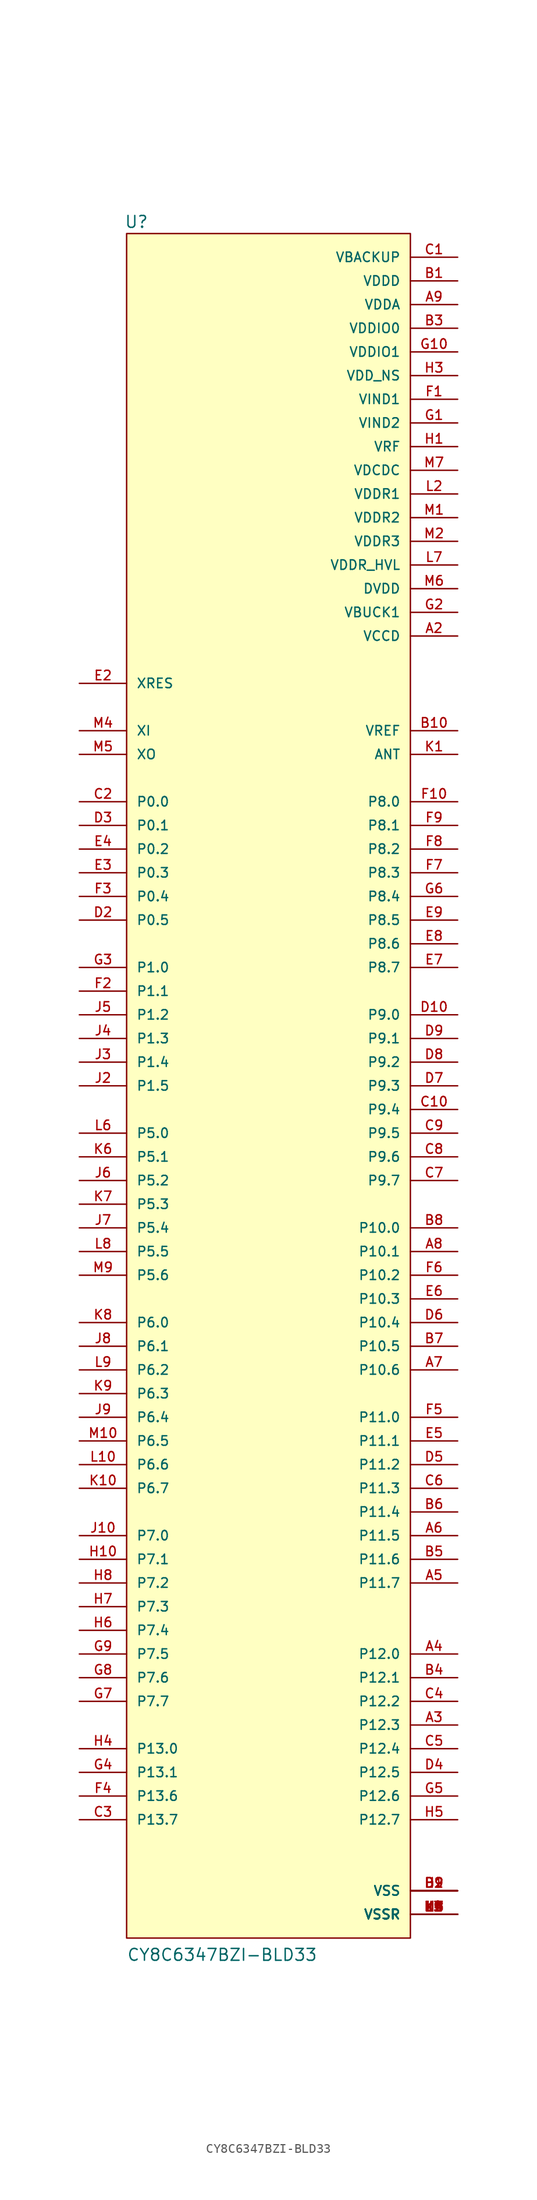
<source format=kicad_sym>
(kicad_symbol_lib
  (version 20211014)
  (generator kicad_symbol_editor)
  (symbol "CY8C6347BZI-BLD33"
    (pin_names
      (offset 1.016))
    (property "Reference" "U"
      (at -15.494 91.948 0)
      (effects (font (size 1.27 1.27)) (justify bottom left)))
    (property "Value" "CY8C6347BZI-BLD33"
      (at -15.24 -93.98 0)
      (effects (font (size 1.27 1.27)) (justify bottom left)))
    (symbol "CY8C6347BZI-BLD33_0_0"
      (rectangle (start -15.24 -91.44) (end 15.24 91.44) (stroke (width 0.152)) (fill (type background)))
      (pin power_in line (at 20.32 48.26 180.0) (length 5.08) (name "VCCD" (effects (font (size 1.016 1.016)))) (number "A2" (effects (font (size 1.016 1.016)))))
      (pin power_in line (at 20.32 86.36 180.0) (length 5.08) (name "VDDD" (effects (font (size 1.016 1.016)))) (number "B1" (effects (font (size 1.016 1.016)))))
      (pin power_in line (at 20.32 88.9 180.0) (length 5.08) (name "VBACKUP" (effects (font (size 1.016 1.016)))) (number "C1" (effects (font (size 1.016 1.016)))))
      (pin bidirectional line (at -20.32 30.48 0) (length 5.08) (name "P0.0" (effects (font (size 1.016 1.016)))) (number "C2" (effects (font (size 1.016 1.016)))))
      (pin input line (at -20.32 43.18 0) (length 5.08) (name "XRES" (effects (font (size 1.016 1.016)))) (number "E2" (effects (font (size 1.016 1.016)))))
      (pin bidirectional line (at -20.32 12.7 0) (length 5.08) (name "P1.0" (effects (font (size 1.016 1.016)))) (number "G3" (effects (font (size 1.016 1.016)))))
      (pin power_in line (at 20.32 73.66 180.0) (length 5.08) (name "VIND1" (effects (font (size 1.016 1.016)))) (number "F1" (effects (font (size 1.016 1.016)))))
      (pin power_in line (at 20.32 76.2 180.0) (length 5.08) (name "VDD_NS" (effects (font (size 1.016 1.016)))) (number "H3" (effects (font (size 1.016 1.016)))))
      (pin power_in line (at 20.32 71.12 180.0) (length 5.08) (name "VIND2" (effects (font (size 1.016 1.016)))) (number "G1" (effects (font (size 1.016 1.016)))))
      (pin power_in line (at 20.32 50.8 180.0) (length 5.08) (name "VBUCK1" (effects (font (size 1.016 1.016)))) (number "G2" (effects (font (size 1.016 1.016)))))
      (pin power_in line (at 20.32 68.58 180.0) (length 5.08) (name "VRF" (effects (font (size 1.016 1.016)))) (number "H1" (effects (font (size 1.016 1.016)))))
      (pin power_in line (at 20.32 63.5 180.0) (length 5.08) (name "VDDR1" (effects (font (size 1.016 1.016)))) (number "L2" (effects (font (size 1.016 1.016)))))
      (pin power_in line (at 20.32 -88.9 180.0) (length 5.08) (name "VSSR" (effects (font (size 1.016 1.016)))) (number "J1" (effects (font (size 1.016 1.016)))))
      (pin power_in line (at 20.32 -88.9 180.0) (length 5.08) (name "VSSR" (effects (font (size 1.016 1.016)))) (number "K2" (effects (font (size 1.016 1.016)))))
      (pin power_in line (at 20.32 -88.9 180.0) (length 5.08) (name "VSSR" (effects (font (size 1.016 1.016)))) (number "K3" (effects (font (size 1.016 1.016)))))
      (pin power_in line (at 20.32 -88.9 180.0) (length 5.08) (name "VSSR" (effects (font (size 1.016 1.016)))) (number "K4" (effects (font (size 1.016 1.016)))))
      (pin power_in line (at 20.32 -88.9 180.0) (length 5.08) (name "VSSR" (effects (font (size 1.016 1.016)))) (number "K5" (effects (font (size 1.016 1.016)))))
      (pin power_in line (at 20.32 -88.9 180.0) (length 5.08) (name "VSSR" (effects (font (size 1.016 1.016)))) (number "L1" (effects (font (size 1.016 1.016)))))
      (pin power_in line (at 20.32 -88.9 180.0) (length 5.08) (name "VSSR" (effects (font (size 1.016 1.016)))) (number "L3" (effects (font (size 1.016 1.016)))))
      (pin power_in line (at 20.32 -88.9 180.0) (length 5.08) (name "VSSR" (effects (font (size 1.016 1.016)))) (number "L4" (effects (font (size 1.016 1.016)))))
      (pin power_in line (at 20.32 -88.9 180.0) (length 5.08) (name "VSSR" (effects (font (size 1.016 1.016)))) (number "L5" (effects (font (size 1.016 1.016)))))
      (pin power_in line (at 20.32 -88.9 180.0) (length 5.08) (name "VSSR" (effects (font (size 1.016 1.016)))) (number "M3" (effects (font (size 1.016 1.016)))))
      (pin power_in line (at 20.32 -88.9 180.0) (length 5.08) (name "VSSR" (effects (font (size 1.016 1.016)))) (number "M8" (effects (font (size 1.016 1.016)))))
      (pin bidirectional line (at 20.32 35.56 180.0) (length 5.08) (name "ANT" (effects (font (size 1.016 1.016)))) (number "K1" (effects (font (size 1.016 1.016)))))
      (pin bidirectional line (at -20.32 -27.94 0) (length 5.08) (name "P6.1" (effects (font (size 1.016 1.016)))) (number "J8" (effects (font (size 1.016 1.016)))))
      (pin power_in line (at 20.32 60.96 180.0) (length 5.08) (name "VDDR2" (effects (font (size 1.016 1.016)))) (number "M1" (effects (font (size 1.016 1.016)))))
      (pin power_in line (at 20.32 58.42 180.0) (length 5.08) (name "VDDR3" (effects (font (size 1.016 1.016)))) (number "M2" (effects (font (size 1.016 1.016)))))
      (pin input line (at -20.32 38.1 0) (length 5.08) (name "XI" (effects (font (size 1.016 1.016)))) (number "M4" (effects (font (size 1.016 1.016)))))
      (pin output line (at -20.32 35.56 0) (length 5.08) (name "XO" (effects (font (size 1.016 1.016)))) (number "M5" (effects (font (size 1.016 1.016)))))
      (pin power_in line (at 20.32 53.34 180.0) (length 5.08) (name "DVDD" (effects (font (size 1.016 1.016)))) (number "M6" (effects (font (size 1.016 1.016)))))
      (pin power_in line (at 20.32 66.04 180.0) (length 5.08) (name "VDCDC" (effects (font (size 1.016 1.016)))) (number "M7" (effects (font (size 1.016 1.016)))))
      (pin bidirectional line (at -20.32 -5.08 0) (length 5.08) (name "P5.0" (effects (font (size 1.016 1.016)))) (number "L6" (effects (font (size 1.016 1.016)))))
      (pin power_in line (at 20.32 55.88 180.0) (length 5.08) (name "VDDR_HVL" (effects (font (size 1.016 1.016)))) (number "L7" (effects (font (size 1.016 1.016)))))
      (pin bidirectional line (at -20.32 -25.4 0) (length 5.08) (name "P6.0" (effects (font (size 1.016 1.016)))) (number "K8" (effects (font (size 1.016 1.016)))))
      (pin bidirectional line (at 20.32 -17.78 180.0) (length 5.08) (name "P10.1" (effects (font (size 1.016 1.016)))) (number "A8" (effects (font (size 1.016 1.016)))))
      (pin bidirectional line (at -20.32 -48.26 0) (length 5.08) (name "P7.0" (effects (font (size 1.016 1.016)))) (number "J10" (effects (font (size 1.016 1.016)))))
      (pin power_in line (at 20.32 78.74 180.0) (length 5.08) (name "VDDIO1" (effects (font (size 1.016 1.016)))) (number "G10" (effects (font (size 1.016 1.016)))))
      (pin bidirectional line (at 20.32 30.48 180.0) (length 5.08) (name "P8.0" (effects (font (size 1.016 1.016)))) (number "F10" (effects (font (size 1.016 1.016)))))
      (pin power_in line (at 20.32 83.82 180.0) (length 5.08) (name "VDDA" (effects (font (size 1.016 1.016)))) (number "A9" (effects (font (size 1.016 1.016)))))
      (pin bidirectional line (at 20.32 7.62 180.0) (length 5.08) (name "P9.0" (effects (font (size 1.016 1.016)))) (number "D10" (effects (font (size 1.016 1.016)))))
      (pin bidirectional line (at 20.32 -35.56 180.0) (length 5.08) (name "P11.0" (effects (font (size 1.016 1.016)))) (number "F5" (effects (font (size 1.016 1.016)))))
      (pin bidirectional line (at 20.32 38.1 180.0) (length 5.08) (name "VREF" (effects (font (size 1.016 1.016)))) (number "B10" (effects (font (size 1.016 1.016)))))
      (pin bidirectional line (at 20.32 -15.24 180.0) (length 5.08) (name "P10.0" (effects (font (size 1.016 1.016)))) (number "B8" (effects (font (size 1.016 1.016)))))
      (pin power_in line (at 20.32 81.28 180.0) (length 5.08) (name "VDDIO0" (effects (font (size 1.016 1.016)))) (number "B3" (effects (font (size 1.016 1.016)))))
      (pin power_in line (at 20.32 -86.36 180.0) (length 5.08) (name "VSS" (effects (font (size 1.016 1.016)))) (number "B2" (effects (font (size 1.016 1.016)))))
      (pin power_in line (at 20.32 -86.36 180.0) (length 5.08) (name "VSS" (effects (font (size 1.016 1.016)))) (number "B9" (effects (font (size 1.016 1.016)))))
      (pin power_in line (at 20.32 -86.36 180.0) (length 5.08) (name "VSS" (effects (font (size 1.016 1.016)))) (number "D1" (effects (font (size 1.016 1.016)))))
      (pin power_in line (at 20.32 -86.36 180.0) (length 5.08) (name "VSS" (effects (font (size 1.016 1.016)))) (number "H2" (effects (font (size 1.016 1.016)))))
      (pin power_in line (at 20.32 -86.36 180.0) (length 5.08) (name "VSS" (effects (font (size 1.016 1.016)))) (number "H9" (effects (font (size 1.016 1.016)))))
      (pin bidirectional line (at 20.32 -60.96 180.0) (length 5.08) (name "P12.0" (effects (font (size 1.016 1.016)))) (number "A4" (effects (font (size 1.016 1.016)))))
      (pin bidirectional line (at -20.32 -71.12 0) (length 5.08) (name "P13.0" (effects (font (size 1.016 1.016)))) (number "H4" (effects (font (size 1.016 1.016)))))
      (pin bidirectional line (at -20.32 27.94 0) (length 5.08) (name "P0.1" (effects (font (size 1.016 1.016)))) (number "D3" (effects (font (size 1.016 1.016)))))
      (pin bidirectional line (at -20.32 25.4 0) (length 5.08) (name "P0.2" (effects (font (size 1.016 1.016)))) (number "E4" (effects (font (size 1.016 1.016)))))
      (pin bidirectional line (at -20.32 22.86 0) (length 5.08) (name "P0.3" (effects (font (size 1.016 1.016)))) (number "E3" (effects (font (size 1.016 1.016)))))
      (pin bidirectional line (at -20.32 20.32 0) (length 5.08) (name "P0.4" (effects (font (size 1.016 1.016)))) (number "F3" (effects (font (size 1.016 1.016)))))
      (pin bidirectional line (at -20.32 17.78 0) (length 5.08) (name "P0.5" (effects (font (size 1.016 1.016)))) (number "D2" (effects (font (size 1.016 1.016)))))
      (pin bidirectional line (at -20.32 10.16 0) (length 5.08) (name "P1.1" (effects (font (size 1.016 1.016)))) (number "F2" (effects (font (size 1.016 1.016)))))
      (pin bidirectional line (at -20.32 7.62 0) (length 5.08) (name "P1.2" (effects (font (size 1.016 1.016)))) (number "J5" (effects (font (size 1.016 1.016)))))
      (pin bidirectional line (at -20.32 5.08 0) (length 5.08) (name "P1.3" (effects (font (size 1.016 1.016)))) (number "J4" (effects (font (size 1.016 1.016)))))
      (pin bidirectional line (at -20.32 2.54 0) (length 5.08) (name "P1.4" (effects (font (size 1.016 1.016)))) (number "J3" (effects (font (size 1.016 1.016)))))
      (pin bidirectional line (at -20.32 0.0 0) (length 5.08) (name "P1.5" (effects (font (size 1.016 1.016)))) (number "J2" (effects (font (size 1.016 1.016)))))
      (pin bidirectional line (at -20.32 -30.48 0) (length 5.08) (name "P6.2" (effects (font (size 1.016 1.016)))) (number "L9" (effects (font (size 1.016 1.016)))))
      (pin bidirectional line (at -20.32 -33.02 0) (length 5.08) (name "P6.3" (effects (font (size 1.016 1.016)))) (number "K9" (effects (font (size 1.016 1.016)))))
      (pin bidirectional line (at -20.32 -35.56 0) (length 5.08) (name "P6.4" (effects (font (size 1.016 1.016)))) (number "J9" (effects (font (size 1.016 1.016)))))
      (pin bidirectional line (at -20.32 -38.1 0) (length 5.08) (name "P6.5" (effects (font (size 1.016 1.016)))) (number "M10" (effects (font (size 1.016 1.016)))))
      (pin bidirectional line (at -20.32 -40.64 0) (length 5.08) (name "P6.6" (effects (font (size 1.016 1.016)))) (number "L10" (effects (font (size 1.016 1.016)))))
      (pin bidirectional line (at -20.32 -43.18 0) (length 5.08) (name "P6.7" (effects (font (size 1.016 1.016)))) (number "K10" (effects (font (size 1.016 1.016)))))
      (pin bidirectional line (at -20.32 -7.62 0) (length 5.08) (name "P5.1" (effects (font (size 1.016 1.016)))) (number "K6" (effects (font (size 1.016 1.016)))))
      (pin bidirectional line (at -20.32 -10.16 0) (length 5.08) (name "P5.2" (effects (font (size 1.016 1.016)))) (number "J6" (effects (font (size 1.016 1.016)))))
      (pin bidirectional line (at -20.32 -12.7 0) (length 5.08) (name "P5.3" (effects (font (size 1.016 1.016)))) (number "K7" (effects (font (size 1.016 1.016)))))
      (pin bidirectional line (at -20.32 -15.24 0) (length 5.08) (name "P5.4" (effects (font (size 1.016 1.016)))) (number "J7" (effects (font (size 1.016 1.016)))))
      (pin bidirectional line (at -20.32 -17.78 0) (length 5.08) (name "P5.5" (effects (font (size 1.016 1.016)))) (number "L8" (effects (font (size 1.016 1.016)))))
      (pin bidirectional line (at -20.32 -20.32 0) (length 5.08) (name "P5.6" (effects (font (size 1.016 1.016)))) (number "M9" (effects (font (size 1.016 1.016)))))
      (pin bidirectional line (at 20.32 -20.32 180.0) (length 5.08) (name "P10.2" (effects (font (size 1.016 1.016)))) (number "F6" (effects (font (size 1.016 1.016)))))
      (pin bidirectional line (at 20.32 -22.86 180.0) (length 5.08) (name "P10.3" (effects (font (size 1.016 1.016)))) (number "E6" (effects (font (size 1.016 1.016)))))
      (pin bidirectional line (at 20.32 -25.4 180.0) (length 5.08) (name "P10.4" (effects (font (size 1.016 1.016)))) (number "D6" (effects (font (size 1.016 1.016)))))
      (pin bidirectional line (at 20.32 -27.94 180.0) (length 5.08) (name "P10.5" (effects (font (size 1.016 1.016)))) (number "B7" (effects (font (size 1.016 1.016)))))
      (pin bidirectional line (at 20.32 -30.48 180.0) (length 5.08) (name "P10.6" (effects (font (size 1.016 1.016)))) (number "A7" (effects (font (size 1.016 1.016)))))
      (pin bidirectional line (at -20.32 -50.8 0) (length 5.08) (name "P7.1" (effects (font (size 1.016 1.016)))) (number "H10" (effects (font (size 1.016 1.016)))))
      (pin bidirectional line (at -20.32 -53.34 0) (length 5.08) (name "P7.2" (effects (font (size 1.016 1.016)))) (number "H8" (effects (font (size 1.016 1.016)))))
      (pin bidirectional line (at -20.32 -55.88 0) (length 5.08) (name "P7.3" (effects (font (size 1.016 1.016)))) (number "H7" (effects (font (size 1.016 1.016)))))
      (pin bidirectional line (at -20.32 -58.42 0) (length 5.08) (name "P7.4" (effects (font (size 1.016 1.016)))) (number "H6" (effects (font (size 1.016 1.016)))))
      (pin bidirectional line (at -20.32 -60.96 0) (length 5.08) (name "P7.5" (effects (font (size 1.016 1.016)))) (number "G9" (effects (font (size 1.016 1.016)))))
      (pin bidirectional line (at -20.32 -63.5 0) (length 5.08) (name "P7.6" (effects (font (size 1.016 1.016)))) (number "G8" (effects (font (size 1.016 1.016)))))
      (pin bidirectional line (at -20.32 -66.04 0) (length 5.08) (name "P7.7" (effects (font (size 1.016 1.016)))) (number "G7" (effects (font (size 1.016 1.016)))))
      (pin bidirectional line (at 20.32 27.94 180.0) (length 5.08) (name "P8.1" (effects (font (size 1.016 1.016)))) (number "F9" (effects (font (size 1.016 1.016)))))
      (pin bidirectional line (at 20.32 25.4 180.0) (length 5.08) (name "P8.2" (effects (font (size 1.016 1.016)))) (number "F8" (effects (font (size 1.016 1.016)))))
      (pin bidirectional line (at 20.32 22.86 180.0) (length 5.08) (name "P8.3" (effects (font (size 1.016 1.016)))) (number "F7" (effects (font (size 1.016 1.016)))))
      (pin bidirectional line (at 20.32 20.32 180.0) (length 5.08) (name "P8.4" (effects (font (size 1.016 1.016)))) (number "G6" (effects (font (size 1.016 1.016)))))
      (pin bidirectional line (at 20.32 17.78 180.0) (length 5.08) (name "P8.5" (effects (font (size 1.016 1.016)))) (number "E9" (effects (font (size 1.016 1.016)))))
      (pin bidirectional line (at 20.32 15.24 180.0) (length 5.08) (name "P8.6" (effects (font (size 1.016 1.016)))) (number "E8" (effects (font (size 1.016 1.016)))))
      (pin bidirectional line (at 20.32 12.7 180.0) (length 5.08) (name "P8.7" (effects (font (size 1.016 1.016)))) (number "E7" (effects (font (size 1.016 1.016)))))
      (pin bidirectional line (at 20.32 5.08 180.0) (length 5.08) (name "P9.1" (effects (font (size 1.016 1.016)))) (number "D9" (effects (font (size 1.016 1.016)))))
      (pin bidirectional line (at 20.32 2.54 180.0) (length 5.08) (name "P9.2" (effects (font (size 1.016 1.016)))) (number "D8" (effects (font (size 1.016 1.016)))))
      (pin bidirectional line (at 20.32 0.0 180.0) (length 5.08) (name "P9.3" (effects (font (size 1.016 1.016)))) (number "D7" (effects (font (size 1.016 1.016)))))
      (pin bidirectional line (at 20.32 -2.54 180.0) (length 5.08) (name "P9.4" (effects (font (size 1.016 1.016)))) (number "C10" (effects (font (size 1.016 1.016)))))
      (pin bidirectional line (at 20.32 -5.08 180.0) (length 5.08) (name "P9.5" (effects (font (size 1.016 1.016)))) (number "C9" (effects (font (size 1.016 1.016)))))
      (pin bidirectional line (at 20.32 -7.62 180.0) (length 5.08) (name "P9.6" (effects (font (size 1.016 1.016)))) (number "C8" (effects (font (size 1.016 1.016)))))
      (pin bidirectional line (at 20.32 -10.16 180.0) (length 5.08) (name "P9.7" (effects (font (size 1.016 1.016)))) (number "C7" (effects (font (size 1.016 1.016)))))
      (pin bidirectional line (at 20.32 -38.1 180.0) (length 5.08) (name "P11.1" (effects (font (size 1.016 1.016)))) (number "E5" (effects (font (size 1.016 1.016)))))
      (pin bidirectional line (at 20.32 -40.64 180.0) (length 5.08) (name "P11.2" (effects (font (size 1.016 1.016)))) (number "D5" (effects (font (size 1.016 1.016)))))
      (pin bidirectional line (at 20.32 -43.18 180.0) (length 5.08) (name "P11.3" (effects (font (size 1.016 1.016)))) (number "C6" (effects (font (size 1.016 1.016)))))
      (pin bidirectional line (at 20.32 -45.72 180.0) (length 5.08) (name "P11.4" (effects (font (size 1.016 1.016)))) (number "B6" (effects (font (size 1.016 1.016)))))
      (pin bidirectional line (at 20.32 -48.26 180.0) (length 5.08) (name "P11.5" (effects (font (size 1.016 1.016)))) (number "A6" (effects (font (size 1.016 1.016)))))
      (pin bidirectional line (at 20.32 -50.8 180.0) (length 5.08) (name "P11.6" (effects (font (size 1.016 1.016)))) (number "B5" (effects (font (size 1.016 1.016)))))
      (pin bidirectional line (at 20.32 -53.34 180.0) (length 5.08) (name "P11.7" (effects (font (size 1.016 1.016)))) (number "A5" (effects (font (size 1.016 1.016)))))
      (pin bidirectional line (at 20.32 -63.5 180.0) (length 5.08) (name "P12.1" (effects (font (size 1.016 1.016)))) (number "B4" (effects (font (size 1.016 1.016)))))
      (pin bidirectional line (at 20.32 -66.04 180.0) (length 5.08) (name "P12.2" (effects (font (size 1.016 1.016)))) (number "C4" (effects (font (size 1.016 1.016)))))
      (pin bidirectional line (at 20.32 -68.58 180.0) (length 5.08) (name "P12.3" (effects (font (size 1.016 1.016)))) (number "A3" (effects (font (size 1.016 1.016)))))
      (pin bidirectional line (at 20.32 -71.12 180.0) (length 5.08) (name "P12.4" (effects (font (size 1.016 1.016)))) (number "C5" (effects (font (size 1.016 1.016)))))
      (pin bidirectional line (at 20.32 -73.66 180.0) (length 5.08) (name "P12.5" (effects (font (size 1.016 1.016)))) (number "D4" (effects (font (size 1.016 1.016)))))
      (pin bidirectional line (at 20.32 -76.2 180.0) (length 5.08) (name "P12.6" (effects (font (size 1.016 1.016)))) (number "G5" (effects (font (size 1.016 1.016)))))
      (pin bidirectional line (at 20.32 -78.74 180.0) (length 5.08) (name "P12.7" (effects (font (size 1.016 1.016)))) (number "H5" (effects (font (size 1.016 1.016)))))
      (pin bidirectional line (at -20.32 -73.66 0) (length 5.08) (name "P13.1" (effects (font (size 1.016 1.016)))) (number "G4" (effects (font (size 1.016 1.016)))))
      (pin bidirectional line (at -20.32 -76.2 0) (length 5.08) (name "P13.6" (effects (font (size 1.016 1.016)))) (number "F4" (effects (font (size 1.016 1.016)))))
      (pin bidirectional line (at -20.32 -78.74 0) (length 5.08) (name "P13.7" (effects (font (size 1.016 1.016)))) (number "C3" (effects (font (size 1.016 1.016))))))))
</source>
